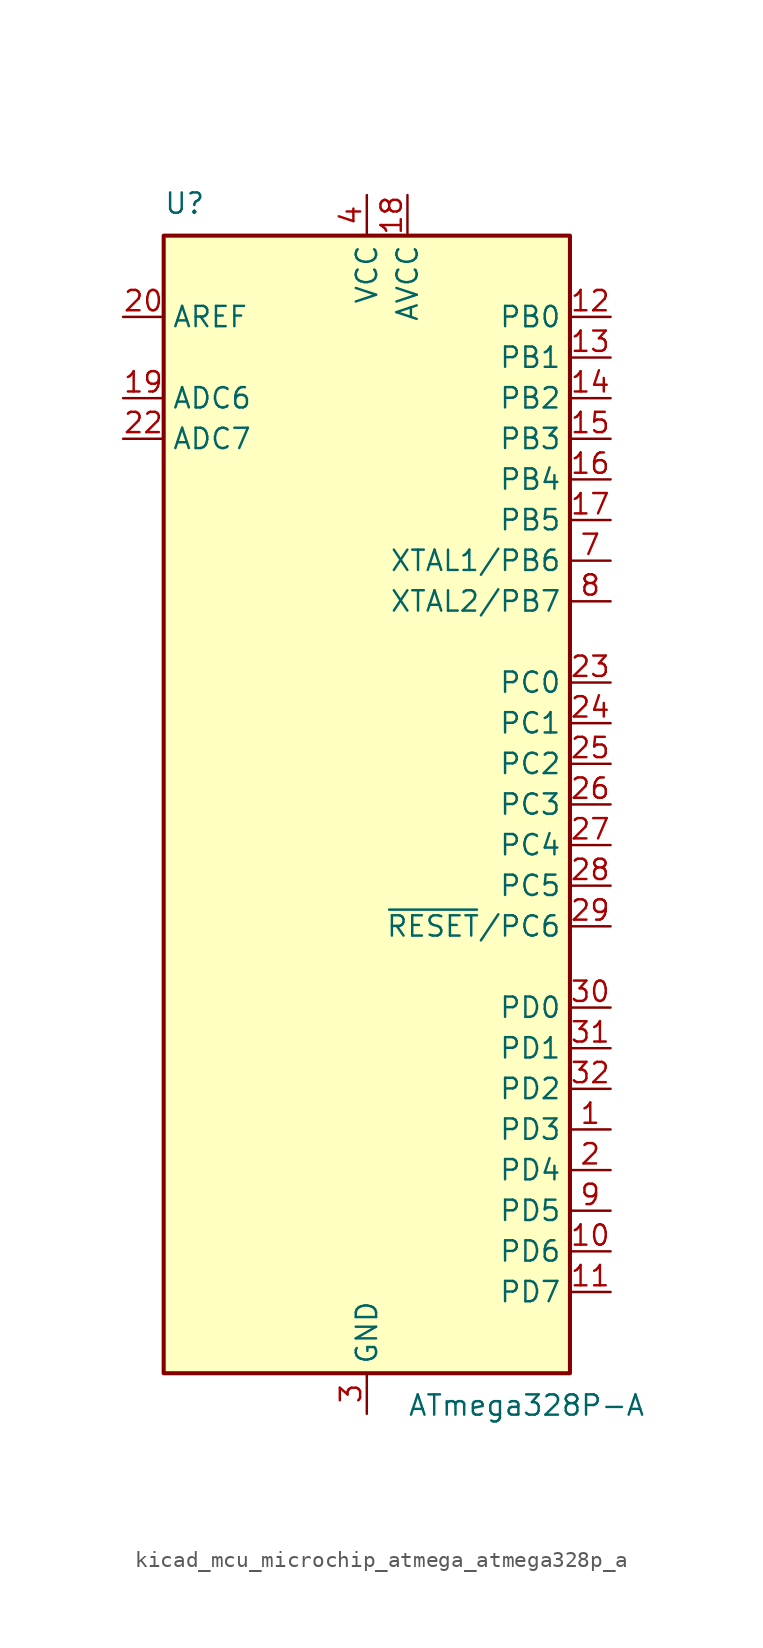
<source format=kicad_sym>
(kicad_symbol_lib
  (version 20220914)
  (generator kicad_symbol_editor)
  (symbol "kicad_mcu_microchip_atmega_atmega328p_a"
    (property "Reference" "U"
      (at -12.7 36.83 0)
      (effects (font (size 1.27 1.27)) (justify left bottom)))
    (property "Value" "ATmega328P-A"
      (at 2.54 -36.83 0)
      (effects (font (size 1.27 1.27)) (justify left top)))
    (symbol "kicad_mcu_microchip_atmega_atmega328p_a_0_1"
      (rectangle (start -12.7 -35.56) (end 12.7 35.56) (stroke (width 0.254) (type default)) (fill (type background))))
    (symbol "kicad_mcu_microchip_atmega_atmega328p_a_1_1"
      (pin bidirectional line (at 15.24 -20.32 180) (length 2.54) (name "PD3" (effects (font (size 1.27 1.27)))) (number "1" (effects (font (size 1.27 1.27)))))
      (pin bidirectional line (at 15.24 -27.94 180) (length 2.54) (name "PD6" (effects (font (size 1.27 1.27)))) (number "10" (effects (font (size 1.27 1.27)))))
      (pin bidirectional line (at 15.24 -30.48 180) (length 2.54) (name "PD7" (effects (font (size 1.27 1.27)))) (number "11" (effects (font (size 1.27 1.27)))))
      (pin bidirectional line (at 15.24 30.48 180) (length 2.54) (name "PB0" (effects (font (size 1.27 1.27)))) (number "12" (effects (font (size 1.27 1.27)))))
      (pin bidirectional line (at 15.24 27.94 180) (length 2.54) (name "PB1" (effects (font (size 1.27 1.27)))) (number "13" (effects (font (size 1.27 1.27)))))
      (pin bidirectional line (at 15.24 25.4 180) (length 2.54) (name "PB2" (effects (font (size 1.27 1.27)))) (number "14" (effects (font (size 1.27 1.27)))))
      (pin bidirectional line (at 15.24 22.86 180) (length 2.54) (name "PB3" (effects (font (size 1.27 1.27)))) (number "15" (effects (font (size 1.27 1.27)))))
      (pin bidirectional line (at 15.24 20.32 180) (length 2.54) (name "PB4" (effects (font (size 1.27 1.27)))) (number "16" (effects (font (size 1.27 1.27)))))
      (pin bidirectional line (at 15.24 17.78 180) (length 2.54) (name "PB5" (effects (font (size 1.27 1.27)))) (number "17" (effects (font (size 1.27 1.27)))))
      (pin power_in line (at 2.54 38.1 270) (length 2.54) (name "AVCC" (effects (font (size 1.27 1.27)))) (number "18" (effects (font (size 1.27 1.27)))))
      (pin input line (at -15.24 25.4 0) (length 2.54) (name "ADC6" (effects (font (size 1.27 1.27)))) (number "19" (effects (font (size 1.27 1.27)))))
      (pin bidirectional line (at 15.24 -22.86 180) (length 2.54) (name "PD4" (effects (font (size 1.27 1.27)))) (number "2" (effects (font (size 1.27 1.27)))))
      (pin passive line (at -15.24 30.48 0) (length 2.54) (name "AREF" (effects (font (size 1.27 1.27)))) (number "20" (effects (font (size 1.27 1.27)))))
      (pin passive line (at 0 -38.1 90) (length 2.54) hide (name "GND" (effects (font (size 1.27 1.27)))) (number "21" (effects (font (size 1.27 1.27)))))
      (pin input line (at -15.24 22.86 0) (length 2.54) (name "ADC7" (effects (font (size 1.27 1.27)))) (number "22" (effects (font (size 1.27 1.27)))))
      (pin bidirectional line (at 15.24 7.62 180) (length 2.54) (name "PC0" (effects (font (size 1.27 1.27)))) (number "23" (effects (font (size 1.27 1.27)))))
      (pin bidirectional line (at 15.24 5.08 180) (length 2.54) (name "PC1" (effects (font (size 1.27 1.27)))) (number "24" (effects (font (size 1.27 1.27)))))
      (pin bidirectional line (at 15.24 2.54 180) (length 2.54) (name "PC2" (effects (font (size 1.27 1.27)))) (number "25" (effects (font (size 1.27 1.27)))))
      (pin bidirectional line (at 15.24 0 180) (length 2.54) (name "PC3" (effects (font (size 1.27 1.27)))) (number "26" (effects (font (size 1.27 1.27)))))
      (pin bidirectional line (at 15.24 -2.54 180) (length 2.54) (name "PC4" (effects (font (size 1.27 1.27)))) (number "27" (effects (font (size 1.27 1.27)))))
      (pin bidirectional line (at 15.24 -5.08 180) (length 2.54) (name "PC5" (effects (font (size 1.27 1.27)))) (number "28" (effects (font (size 1.27 1.27)))))
      (pin bidirectional line (at 15.24 -7.62 180) (length 2.54) (name "~{RESET}/PC6" (effects (font (size 1.27 1.27)))) (number "29" (effects (font (size 1.27 1.27)))))
      (pin power_in line (at 0 -38.1 90) (length 2.54) (name "GND" (effects (font (size 1.27 1.27)))) (number "3" (effects (font (size 1.27 1.27)))))
      (pin bidirectional line (at 15.24 -12.7 180) (length 2.54) (name "PD0" (effects (font (size 1.27 1.27)))) (number "30" (effects (font (size 1.27 1.27)))))
      (pin bidirectional line (at 15.24 -15.24 180) (length 2.54) (name "PD1" (effects (font (size 1.27 1.27)))) (number "31" (effects (font (size 1.27 1.27)))))
      (pin bidirectional line (at 15.24 -17.78 180) (length 2.54) (name "PD2" (effects (font (size 1.27 1.27)))) (number "32" (effects (font (size 1.27 1.27)))))
      (pin power_in line (at 0 38.1 270) (length 2.54) (name "VCC" (effects (font (size 1.27 1.27)))) (number "4" (effects (font (size 1.27 1.27)))))
      (pin passive line (at 0 -38.1 90) (length 2.54) hide (name "GND" (effects (font (size 1.27 1.27)))) (number "5" (effects (font (size 1.27 1.27)))))
      (pin passive line (at 0 38.1 270) (length 2.54) hide (name "VCC" (effects (font (size 1.27 1.27)))) (number "6" (effects (font (size 1.27 1.27)))))
      (pin bidirectional line (at 15.24 15.24 180) (length 2.54) (name "XTAL1/PB6" (effects (font (size 1.27 1.27)))) (number "7" (effects (font (size 1.27 1.27)))))
      (pin bidirectional line (at 15.24 12.7 180) (length 2.54) (name "XTAL2/PB7" (effects (font (size 1.27 1.27)))) (number "8" (effects (font (size 1.27 1.27)))))
      (pin bidirectional line (at 15.24 -25.4 180) (length 2.54) (name "PD5" (effects (font (size 1.27 1.27)))) (number "9" (effects (font (size 1.27 1.27))))))))
</source>
